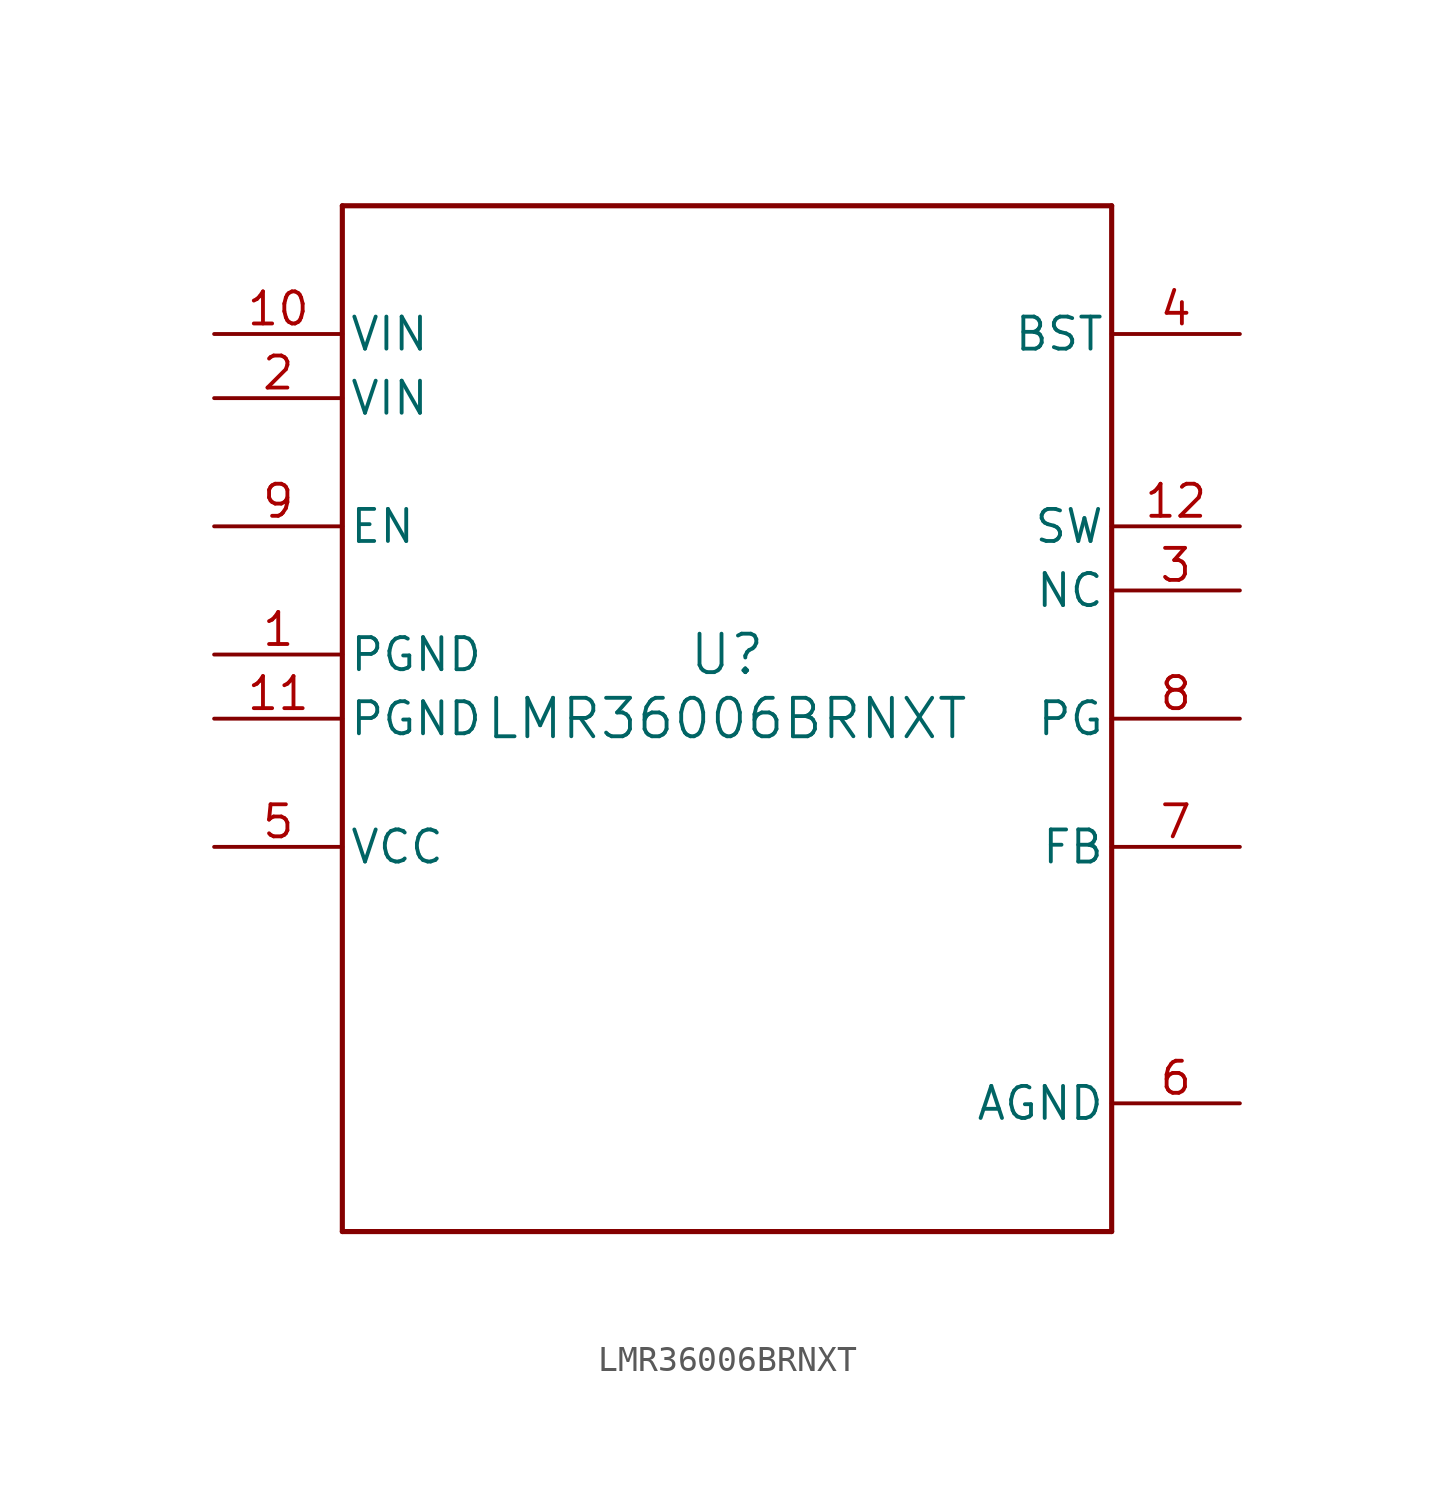
<source format=kicad_sym>
(kicad_symbol_lib
  (version 20211014)
  (generator kicad_symbol_editor)
  (symbol "LMR36006BRNXT"
    (pin_names
      (offset 0.254))
    (property "Reference" "U"
      (at 0 2.54 0)
      (effects (font (size 1.524 1.524))))
    (property "Value" "LMR36006BRNXT"
      (at 0 0 0)
      (effects (font (size 1.524 1.524))))
    (symbol "LMR36006BRNXT_0_1"
      (polyline (pts (xy -15.24 -20.32) (xy 15.24 -20.32)) (stroke (width 0.203) (type default) (color 0 0 0 0)) (fill (type none)))
      (polyline (pts (xy 15.24 -20.32) (xy 15.24 20.32)) (stroke (width 0.203) (type default) (color 0 0 0 0)) (fill (type none)))
      (polyline (pts (xy 15.24 20.32) (xy -15.24 20.32)) (stroke (width 0.203) (type default) (color 0 0 0 0)) (fill (type none)))
      (polyline (pts (xy -15.24 20.32) (xy -15.24 -20.32)) (stroke (width 0.203) (type default) (color 0 0 0 0)) (fill (type none)))
      (pin power_in line (at -20.32 2.54 0) (length 5.08) (name "PGND" (effects (font (size 1.27 1.27)))) (number "1" (effects (font (size 1.27 1.27)))))
      (pin power_in line (at -20.32 12.7 0) (length 5.08) (name "VIN" (effects (font (size 1.27 1.27)))) (number "2" (effects (font (size 1.27 1.27)))))
      (pin unspecified line (at 20.32 5.08 180) (length 5.08) (name "NC" (effects (font (size 1.27 1.27)))) (number "3" (effects (font (size 1.27 1.27)))))
      (pin unspecified line (at 20.32 15.24 180) (length 5.08) (name "BST" (effects (font (size 1.27 1.27)))) (number "4" (effects (font (size 1.27 1.27)))))
      (pin power_in line (at -20.32 -5.08 0) (length 5.08) (name "VCC" (effects (font (size 1.27 1.27)))) (number "5" (effects (font (size 1.27 1.27)))))
      (pin power_in line (at 20.32 -15.24 180) (length 5.08) (name "AGND" (effects (font (size 1.27 1.27)))) (number "6" (effects (font (size 1.27 1.27)))))
      (pin input line (at 20.32 -5.08 180) (length 5.08) (name "FB" (effects (font (size 1.27 1.27)))) (number "7" (effects (font (size 1.27 1.27)))))
      (pin open_collector line (at 20.32 0 180) (length 5.08) (name "PG" (effects (font (size 1.27 1.27)))) (number "8" (effects (font (size 1.27 1.27)))))
      (pin input line (at -20.32 7.62 0) (length 5.08) (name "EN" (effects (font (size 1.27 1.27)))) (number "9" (effects (font (size 1.27 1.27)))))
      (pin power_in line (at -20.32 15.24 0) (length 5.08) (name "VIN" (effects (font (size 1.27 1.27)))) (number "10" (effects (font (size 1.27 1.27)))))
      (pin power_in line (at -20.32 0 0) (length 5.08) (name "PGND" (effects (font (size 1.27 1.27)))) (number "11" (effects (font (size 1.27 1.27)))))
      (pin power_in line (at 20.32 7.62 180) (length 5.08) (name "SW" (effects (font (size 1.27 1.27)))) (number "12" (effects (font (size 1.27 1.27))))))))
</source>
